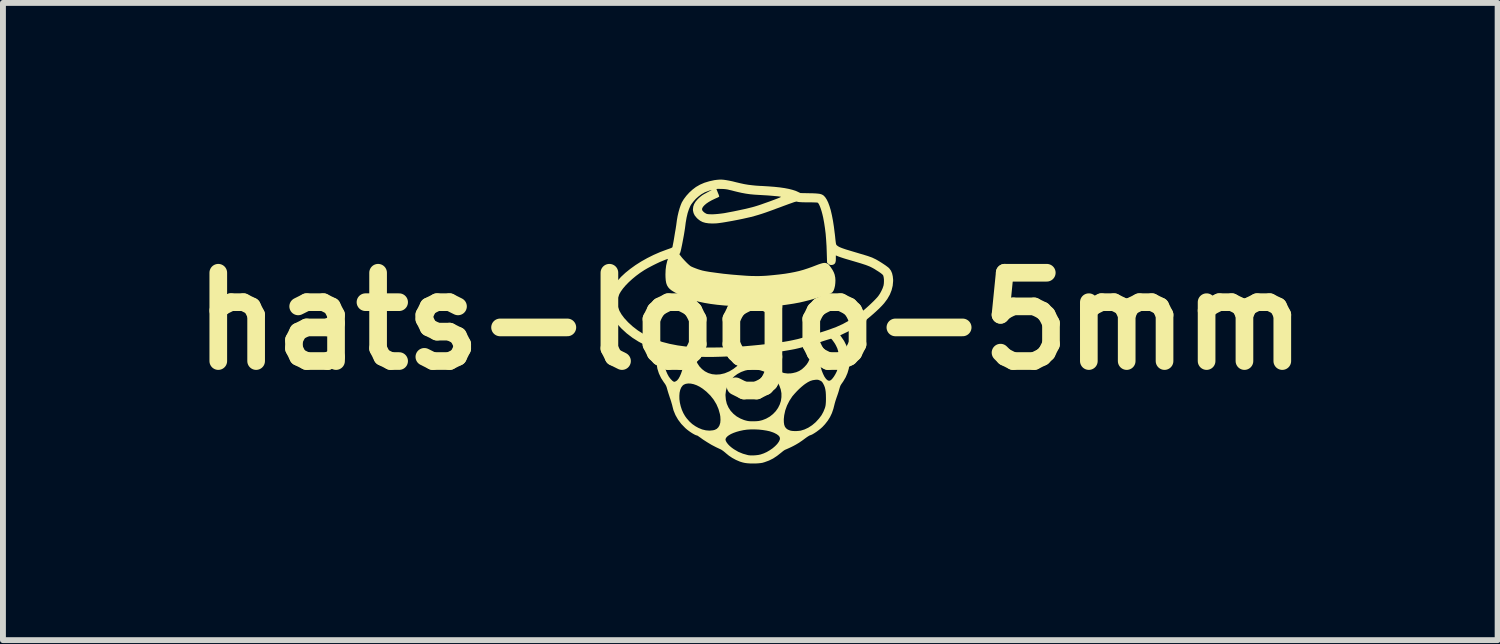
<source format=kicad_pcb>
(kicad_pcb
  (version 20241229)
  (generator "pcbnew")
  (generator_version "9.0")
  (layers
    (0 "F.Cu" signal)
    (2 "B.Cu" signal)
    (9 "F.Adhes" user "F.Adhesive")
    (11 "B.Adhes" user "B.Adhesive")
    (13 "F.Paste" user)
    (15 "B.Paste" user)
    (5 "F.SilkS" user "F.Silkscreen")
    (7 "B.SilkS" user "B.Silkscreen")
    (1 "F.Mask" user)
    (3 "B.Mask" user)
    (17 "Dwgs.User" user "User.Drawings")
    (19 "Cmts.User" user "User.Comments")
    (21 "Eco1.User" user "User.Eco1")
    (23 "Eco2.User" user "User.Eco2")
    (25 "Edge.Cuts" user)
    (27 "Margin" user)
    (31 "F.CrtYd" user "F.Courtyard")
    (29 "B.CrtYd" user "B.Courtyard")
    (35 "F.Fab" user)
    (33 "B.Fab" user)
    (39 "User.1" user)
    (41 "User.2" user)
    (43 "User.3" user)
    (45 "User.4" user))
  (footprint "hats-logo-5mm"
    (layer "F.Cu")
    (at 9.693 2.404)
    (property "Reference" "hats-logo-5mm" (at 0 0 0) (layer "F.SilkS") (effects (font (size 1.5 1.5) (thickness 0.3))))
    (attr board_only exclude_from_pos_files exclude_from_bom)
    (fp_poly (pts (xy -0.453 -2.401) (xy -0.41 -2.395) (xy -0.36 -2.386) (xy -0.302 -2.374) (xy -0.247 -2.36) (xy -0.171 -2.342) (xy -0.102 -2.327) (xy -0.037 -2.316) (xy 0.028 -2.308) (xy 0.097 -2.301) (xy 0.174 -2.296) (xy 0.186 -2.296) (xy 0.303 -2.289) (xy 0.408 -2.281) (xy 0.502 -2.271) (xy 0.585 -2.259) (xy 0.657 -2.245) (xy 0.719 -2.229) (xy 0.772 -2.212) (xy 0.803 -2.198) (xy 0.852 -2.175) (xy 1.004 -2.172) (xy 1.06 -2.171) (xy 1.106 -2.169) (xy 1.142 -2.166) (xy 1.171 -2.163) (xy 1.193 -2.158) (xy 1.212 -2.152) (xy 1.228 -2.144) (xy 1.242 -2.135) (xy 1.244 -2.134) (xy 1.271 -2.106) (xy 1.297 -2.067) (xy 1.322 -2.016) (xy 1.345 -1.954) (xy 1.367 -1.882) (xy 1.386 -1.799) (xy 1.404 -1.706) (xy 1.42 -1.603) (xy 1.434 -1.491) (xy 1.435 -1.486) (xy 1.441 -1.433) (xy 1.445 -1.392) (xy 1.449 -1.359) (xy 1.452 -1.335) (xy 1.455 -1.317) (xy 1.458 -1.305) (xy 1.462 -1.297) (xy 1.466 -1.291) (xy 1.471 -1.286) (xy 1.478 -1.281) (xy 1.482 -1.278) (xy 1.495 -1.269) (xy 1.511 -1.26) (xy 1.531 -1.251) (xy 1.556 -1.241) (xy 1.587 -1.23) (xy 1.625 -1.217) (xy 1.672 -1.203) (xy 1.728 -1.186) (xy 1.795 -1.166) (xy 1.802 -1.164) (xy 1.865 -1.145) (xy 1.918 -1.13) (xy 1.962 -1.116) (xy 1.998 -1.105) (xy 2.028 -1.094) (xy 2.054 -1.085) (xy 2.077 -1.076) (xy 2.097 -1.066) (xy 2.118 -1.056) (xy 2.131 -1.05) (xy 2.161 -1.033) (xy 2.195 -1.013) (xy 2.23 -0.991) (xy 2.265 -0.968) (xy 2.298 -0.946) (xy 2.326 -0.925) (xy 2.348 -0.908) (xy 2.361 -0.895) (xy 2.389 -0.857) (xy 2.408 -0.813) (xy 2.42 -0.762) (xy 2.426 -0.703) (xy 2.426 -0.681) (xy 2.419 -0.602) (xy 2.4 -0.525) (xy 2.37 -0.45) (xy 2.327 -0.375) (xy 2.273 -0.303) (xy 2.237 -0.263) (xy 2.187 -0.212) (xy 2.129 -0.158) (xy 2.067 -0.103) (xy 2.003 -0.049) (xy 1.94 0.001) (xy 1.895 0.035) (xy 1.853 0.065) (xy 1.802 0.097) (xy 1.747 0.129) (xy 1.691 0.161) (xy 1.636 0.189) (xy 1.61 0.201) (xy 1.527 0.241) (xy 1.541 0.26) (xy 1.593 0.336) (xy 1.633 0.416) (xy 1.662 0.499) (xy 1.681 0.584) (xy 1.687 0.67) (xy 1.684 0.729) (xy 1.673 0.807) (xy 1.651 0.882) (xy 1.62 0.954) (xy 1.578 1.025) (xy 1.545 1.072) (xy 1.53 1.098) (xy 1.517 1.136) (xy 1.512 1.154) (xy 1.504 1.183) (xy 1.493 1.219) (xy 1.48 1.257) (xy 1.468 1.291) (xy 1.457 1.324) (xy 1.446 1.357) (xy 1.438 1.385) (xy 1.432 1.406) (xy 1.432 1.407) (xy 1.411 1.49) (xy 1.386 1.563) (xy 1.354 1.63) (xy 1.315 1.692) (xy 1.268 1.752) (xy 1.225 1.798) (xy 1.195 1.825) (xy 1.161 1.852) (xy 1.125 1.879) (xy 1.09 1.902) (xy 1.057 1.922) (xy 1.029 1.935) (xy 1.014 1.939) (xy 1.004 1.944) (xy 0.985 1.955) (xy 0.962 1.97) (xy 0.937 1.988) (xy 0.934 1.99) (xy 0.906 2.011) (xy 0.877 2.032) (xy 0.85 2.05) (xy 0.832 2.063) (xy 0.807 2.078) (xy 0.775 2.097) (xy 0.74 2.116) (xy 0.703 2.135) (xy 0.667 2.152) (xy 0.636 2.166) (xy 0.613 2.176) (xy 0.611 2.177) (xy 0.587 2.187) (xy 0.56 2.205) (xy 0.527 2.232) (xy 0.526 2.233) (xy 0.456 2.288) (xy 0.388 2.333) (xy 0.318 2.368) (xy 0.244 2.395) (xy 0.207 2.406) (xy 0.176 2.411) (xy 0.136 2.415) (xy 0.09 2.418) (xy 0.042 2.418) (xy -0.006 2.417) (xy -0.051 2.414) (xy -0.089 2.409) (xy -0.109 2.405) (xy -0.134 2.399) (xy -0.157 2.392) (xy -0.173 2.387) (xy -0.174 2.387) (xy -0.244 2.357) (xy -0.305 2.324) (xy -0.361 2.287) (xy -0.415 2.243) (xy -0.426 2.233) (xy -0.462 2.204) (xy -0.495 2.182) (xy -0.51 2.175) (xy -0.582 2.141) (xy -0.659 2.101) (xy -0.735 2.055) (xy -0.802 2.012) (xy -0.421 2.012) (xy -0.416 2.034) (xy -0.401 2.061) (xy -0.379 2.09) (xy -0.349 2.121) (xy -0.313 2.151) (xy -0.278 2.176) (xy -0.203 2.22) (xy -0.125 2.252) (xy -0.046 2.274) (xy -0.027 2.278) (xy 0.007 2.281) (xy 0.049 2.281) (xy 0.094 2.278) (xy 0.137 2.273) (xy 0.174 2.265) (xy 0.174 2.265) (xy 0.227 2.247) (xy 0.28 2.223) (xy 0.331 2.193) (xy 0.379 2.16) (xy 0.421 2.124) (xy 0.457 2.087) (xy 0.484 2.05) (xy 0.501 2.015) (xy 0.504 1.989) (xy 0.497 1.965) (xy 0.478 1.942) (xy 0.448 1.92) (xy 0.406 1.898) (xy 0.378 1.887) (xy 0.33 1.871) (xy 0.274 1.859) (xy 0.21 1.849) (xy 0.143 1.842) (xy 0.075 1.839) (xy 0.009 1.839) (xy -0.052 1.843) (xy -0.055 1.843) (xy -0.118 1.852) (xy -0.178 1.865) (xy -0.233 1.88) (xy -0.284 1.898) (xy -0.329 1.918) (xy -0.366 1.94) (xy -0.394 1.962) (xy -0.413 1.985) (xy -0.421 2.008) (xy -0.421 2.012) (xy -0.802 2.012) (xy -0.809 2.007) (xy -0.849 1.978) (xy -0.871 1.963) (xy -0.889 1.95) (xy -0.902 1.943) (xy -0.906 1.942) (xy -0.922 1.938) (xy -0.946 1.927) (xy -0.975 1.911) (xy -1.007 1.891) (xy -1.04 1.868) (xy -1.073 1.843) (xy -1.102 1.818) (xy -1.106 1.814) (xy -1.172 1.746) (xy -1.227 1.673) (xy -1.271 1.596) (xy -1.304 1.516) (xy -1.322 1.447) (xy -1.327 1.425) (xy -1.336 1.395) (xy -1.346 1.36) (xy -1.358 1.323) (xy -1.365 1.304) (xy -1.376 1.269) (xy -1.205 1.269) (xy -1.204 1.326) (xy -1.196 1.385) (xy -1.182 1.445) (xy -1.163 1.504) (xy -1.138 1.561) (xy -1.108 1.613) (xy -1.082 1.649) (xy -1.035 1.703) (xy -0.986 1.748) (xy -0.931 1.786) (xy -0.88 1.814) (xy -0.817 1.84) (xy -0.754 1.855) (xy -0.691 1.86) (xy -0.632 1.854) (xy -0.604 1.847) (xy -0.57 1.83) (xy -0.543 1.804) (xy -0.523 1.77) (xy -0.51 1.727) (xy -0.506 1.677) (xy -0.509 1.62) (xy -0.516 1.579) (xy -0.54 1.493) (xy -0.575 1.412) (xy -0.621 1.336) (xy -0.677 1.265) (xy -0.678 1.264) (xy -0.421 1.264) (xy -0.415 1.335) (xy -0.399 1.403) (xy -0.371 1.466) (xy -0.334 1.523) (xy -0.287 1.574) (xy -0.231 1.619) (xy -0.167 1.655) (xy -0.108 1.679) (xy -0.074 1.689) (xy -0.043 1.696) (xy -0.011 1.7) (xy 0.025 1.701) (xy 0.07 1.701) (xy 0.073 1.701) (xy 0.113 1.699) (xy 0.144 1.696) (xy 0.172 1.69) (xy 0.2 1.683) (xy 0.201 1.683) (xy 0.248 1.665) (xy 0.569 1.665) (xy 0.57 1.717) (xy 0.576 1.76) (xy 0.589 1.795) (xy 0.609 1.821) (xy 0.637 1.842) (xy 0.674 1.857) (xy 0.684 1.86) (xy 0.712 1.865) (xy 0.748 1.867) (xy 0.787 1.867) (xy 0.825 1.864) (xy 0.856 1.86) (xy 0.921 1.84) (xy 0.987 1.809) (xy 1.05 1.768) (xy 1.108 1.719) (xy 1.114 1.713) (xy 1.167 1.655) (xy 1.21 1.598) (xy 1.242 1.539) (xy 1.267 1.477) (xy 1.272 1.46) (xy 1.277 1.44) (xy 1.28 1.421) (xy 1.282 1.399) (xy 1.284 1.372) (xy 1.285 1.338) (xy 1.285 1.304) (xy 1.284 1.248) (xy 1.281 1.202) (xy 1.275 1.162) (xy 1.267 1.127) (xy 1.255 1.095) (xy 1.238 1.061) (xy 1.238 1.061) (xy 1.225 1.04) (xy 1.212 1.025) (xy 1.195 1.014) (xy 1.186 1.01) (xy 1.168 1.002) (xy 1.153 0.997) (xy 1.136 0.995) (xy 1.112 0.996) (xy 1.103 0.997) (xy 1.061 1.003) (xy 1.019 1.016) (xy 0.976 1.038) (xy 0.93 1.068) (xy 0.906 1.086) (xy 0.87 1.116) (xy 0.83 1.152) (xy 0.791 1.191) (xy 0.754 1.231) (xy 0.723 1.267) (xy 0.713 1.279) (xy 0.664 1.354) (xy 0.624 1.433) (xy 0.594 1.516) (xy 0.576 1.599) (xy 0.569 1.665) (xy 0.248 1.665) (xy 0.27 1.656) (xy 0.332 1.621) (xy 0.386 1.578) (xy 0.433 1.529) (xy 0.471 1.475) (xy 0.5 1.417) (xy 0.52 1.355) (xy 0.529 1.291) (xy 0.529 1.225) (xy 0.517 1.16) (xy 0.494 1.095) (xy 0.491 1.09) (xy 0.456 1.029) (xy 0.411 0.975) (xy 0.358 0.927) (xy 0.299 0.887) (xy 0.234 0.856) (xy 0.165 0.834) (xy 0.094 0.822) (xy 0.022 0.82) (xy -0.012 0.823) (xy -0.087 0.839) (xy -0.156 0.864) (xy -0.219 0.898) (xy -0.275 0.94) (xy -0.323 0.99) (xy -0.362 1.046) (xy -0.392 1.108) (xy -0.412 1.174) (xy -0.421 1.245) (xy -0.421 1.264) (xy -0.678 1.264) (xy -0.745 1.198) (xy -0.808 1.148) (xy -0.859 1.115) (xy -0.911 1.089) (xy -0.962 1.071) (xy -1.01 1.061) (xy -1.055 1.059) (xy -1.095 1.065) (xy -1.129 1.079) (xy -1.149 1.095) (xy -1.173 1.127) (xy -1.19 1.168) (xy -1.201 1.216) (xy -1.205 1.269) (xy -1.376 1.269) (xy -1.377 1.266) (xy -1.39 1.227) (xy -1.401 1.191) (xy -1.41 1.16) (xy -1.413 1.149) (xy -1.421 1.121) (xy -1.43 1.099) (xy -1.441 1.078) (xy -1.457 1.054) (xy -1.467 1.041) (xy -1.515 0.967) (xy -1.552 0.889) (xy -1.578 0.808) (xy -1.591 0.724) (xy -1.594 0.669) (xy -1.593 0.642) (xy -1.461 0.642) (xy -1.461 0.679) (xy -1.459 0.716) (xy -1.456 0.751) (xy -1.45 0.783) (xy -1.448 0.793) (xy -1.43 0.847) (xy -1.408 0.898) (xy -1.383 0.944) (xy -1.354 0.982) (xy -1.325 1.012) (xy -1.321 1.015) (xy -1.305 1.026) (xy -1.294 1.031) (xy -1.283 1.029) (xy -1.267 1.023) (xy -1.244 1.008) (xy -1.221 0.981) (xy -1.199 0.943) (xy -1.178 0.896) (xy -1.159 0.841) (xy -1.141 0.777) (xy -1.127 0.713) (xy -1.119 0.67) (xy -1.113 0.639) (xy -1.11 0.616) (xy -1.108 0.606) (xy -0.938 0.606) (xy -0.938 0.614) (xy -0.933 0.631) (xy -0.926 0.653) (xy -0.916 0.677) (xy -0.906 0.701) (xy -0.896 0.72) (xy -0.863 0.77) (xy -0.82 0.815) (xy -0.772 0.852) (xy -0.72 0.879) (xy -0.714 0.882) (xy -0.65 0.901) (xy -0.582 0.908) (xy -0.512 0.904) (xy -0.442 0.888) (xy -0.427 0.883) (xy -0.355 0.853) (xy -0.287 0.812) (xy -0.225 0.764) (xy -0.171 0.708) (xy -0.142 0.67) (xy -0.123 0.641) (xy -0.108 0.616) (xy -0.097 0.597) (xy -0.093 0.586) (xy -0.093 0.583) (xy -0.099 0.583) (xy -0.116 0.583) (xy -0.141 0.585) (xy -0.172 0.587) (xy -0.202 0.589) (xy -0.264 0.594) (xy -0.333 0.598) (xy -0.406 0.601) (xy -0.482 0.604) (xy -0.557 0.606) (xy -0.63 0.608) (xy -0.697 0.608) (xy -0.758 0.608) (xy -0.809 0.607) (xy -0.814 0.607) (xy -0.851 0.605) (xy -0.884 0.604) (xy -0.911 0.604) (xy -0.929 0.605) (xy -0.938 0.605) (xy -0.938 0.606) (xy -1.108 0.606) (xy -1.108 0.601) (xy -1.108 0.592) (xy -1.11 0.587) (xy -1.113 0.586) (xy -1.125 0.585) (xy -1.147 0.582) (xy -1.176 0.578) (xy -1.21 0.573) (xy -1.247 0.567) (xy -1.284 0.56) (xy -1.304 0.557) (xy 0.183 0.557) (xy 0.205 0.597) (xy 0.249 0.666) (xy 0.301 0.727) (xy 0.36 0.78) (xy 0.425 0.824) (xy 0.495 0.858) (xy 0.519 0.866) (xy 0.576 0.882) (xy 0.629 0.889) (xy 0.684 0.888) (xy 0.723 0.882) (xy 0.78 0.868) (xy 0.83 0.847) (xy 0.877 0.817) (xy 0.919 0.779) (xy 0.956 0.738) (xy 0.983 0.697) (xy 1.004 0.651) (xy 1.02 0.6) (xy 1.026 0.574) (xy 1.03 0.541) (xy 1.032 0.507) (xy 1.034 0.473) (xy 1.033 0.444) (xy 1.031 0.422) (xy 1.029 0.417) (xy 1.025 0.404) (xy 0.984 0.416) (xy 0.925 0.433) (xy 0.869 0.448) (xy 0.813 0.462) (xy 0.756 0.475) (xy 0.698 0.486) (xy 0.636 0.497) (xy 0.569 0.508) (xy 0.496 0.519) (xy 0.415 0.529) (xy 0.325 0.54) (xy 0.224 0.552) (xy 0.215 0.553) (xy 0.183 0.557) (xy -1.304 0.557) (xy -1.318 0.554) (xy -1.348 0.548) (xy -1.358 0.546) (xy -1.387 0.54) (xy -1.412 0.536) (xy -1.43 0.532) (xy -1.439 0.531) (xy -1.439 0.531) (xy -1.446 0.537) (xy -1.452 0.553) (xy -1.457 0.577) (xy -1.46 0.607) (xy -1.461 0.642) (xy -1.593 0.642) (xy -1.592 0.638) (xy -1.59 0.602) (xy -1.585 0.565) (xy -1.58 0.531) (xy -1.575 0.504) (xy -1.574 0.502) (xy -1.579 0.496) (xy -1.596 0.487) (xy -1.624 0.475) (xy -1.658 0.462) (xy -1.781 0.41) (xy -1.895 0.35) (xy -2.001 0.283) (xy -2.099 0.208) (xy -2.19 0.124) (xy -2.246 0.063) (xy -2.293 0.005) (xy -2.332 -0.053) (xy -2.357 -0.101) (xy -2.377 -0.145) (xy -2.392 -0.183) (xy -2.401 -0.219) (xy -2.406 -0.256) (xy -2.408 -0.299) (xy -2.408 -0.318) (xy -2.407 -0.347) (xy -2.256 -0.347) (xy -2.256 -0.29) (xy -2.244 -0.232) (xy -2.222 -0.174) (xy -2.188 -0.115) (xy -2.142 -0.053) (xy -2.084 0.01) (xy -2.076 0.019) (xy -1.996 0.092) (xy -1.91 0.158) (xy -1.817 0.217) (xy -1.717 0.27) (xy -1.61 0.315) (xy -1.494 0.354) (xy -1.37 0.386) (xy -1.236 0.412) (xy -1.092 0.432) (xy -0.959 0.445) (xy -0.929 0.447) (xy -0.888 0.448) (xy -0.839 0.449) (xy -0.783 0.449) (xy -0.721 0.449) (xy -0.656 0.449) (xy -0.589 0.448) (xy -0.522 0.447) (xy -0.456 0.446) (xy -0.393 0.445) (xy -0.336 0.443) (xy -0.285 0.441) (xy -0.243 0.438) (xy -0.223 0.437) (xy -0.077 0.425) (xy 0.057 0.413) (xy 0.179 0.401) (xy 0.193 0.399) (xy 1.148 0.399) (xy 1.148 0.424) (xy 1.15 0.458) (xy 1.15 0.464) (xy 1.156 0.547) (xy 1.165 0.627) (xy 1.178 0.703) (xy 1.194 0.774) (xy 1.213 0.838) (xy 1.235 0.894) (xy 1.258 0.941) (xy 1.283 0.977) (xy 1.293 0.988) (xy 1.315 1.006) (xy 1.335 1.013) (xy 1.355 1.01) (xy 1.376 0.995) (xy 1.377 0.995) (xy 1.398 0.972) (xy 1.421 0.941) (xy 1.443 0.905) (xy 1.462 0.868) (xy 1.471 0.848) (xy 1.489 0.795) (xy 1.501 0.742) (xy 1.506 0.687) (xy 1.506 0.624) (xy 1.506 0.62) (xy 1.502 0.561) (xy 1.492 0.51) (xy 1.478 0.463) (xy 1.456 0.416) (xy 1.45 0.405) (xy 1.437 0.382) (xy 1.421 0.358) (xy 1.405 0.336) (xy 1.391 0.317) (xy 1.379 0.304) (xy 1.372 0.299) (xy 1.363 0.301) (xy 1.346 0.306) (xy 1.321 0.313) (xy 1.292 0.322) (xy 1.26 0.332) (xy 1.229 0.342) (xy 1.201 0.352) (xy 1.177 0.36) (xy 1.161 0.366) (xy 1.155 0.369) (xy 1.151 0.374) (xy 1.149 0.383) (xy 1.148 0.399) (xy 0.193 0.399) (xy 0.292 0.389) (xy 0.395 0.376) (xy 0.488 0.364) (xy 0.573 0.351) (xy 0.65 0.338) (xy 0.719 0.324) (xy 0.782 0.31) (xy 0.801 0.306) (xy 0.835 0.297) (xy 0.878 0.285) (xy 0.928 0.27) (xy 0.984 0.254) (xy 1.042 0.237) (xy 1.102 0.219) (xy 1.16 0.202) (xy 1.215 0.185) (xy 1.265 0.169) (xy 1.307 0.155) (xy 1.34 0.144) (xy 1.343 0.143) (xy 1.461 0.099) (xy 1.57 0.05) (xy 1.672 -0.006) (xy 1.772 -0.068) (xy 1.87 -0.14) (xy 1.902 -0.165) (xy 1.939 -0.196) (xy 1.979 -0.231) (xy 2.02 -0.268) (xy 2.06 -0.306) (xy 2.097 -0.342) (xy 2.13 -0.376) (xy 2.157 -0.405) (xy 2.175 -0.427) (xy 2.202 -0.467) (xy 2.227 -0.513) (xy 2.248 -0.559) (xy 2.262 -0.601) (xy 2.263 -0.604) (xy 2.268 -0.635) (xy 2.27 -0.671) (xy 2.27 -0.708) (xy 2.266 -0.741) (xy 2.26 -0.768) (xy 2.257 -0.776) (xy 2.249 -0.787) (xy 2.235 -0.8) (xy 2.215 -0.816) (xy 2.186 -0.836) (xy 2.174 -0.844) (xy 2.14 -0.865) (xy 2.111 -0.884) (xy 2.083 -0.9) (xy 2.056 -0.914) (xy 2.027 -0.928) (xy 1.997 -0.94) (xy 1.963 -0.953) (xy 1.923 -0.966) (xy 1.877 -0.981) (xy 1.823 -0.997) (xy 1.759 -1.016) (xy 1.725 -1.026) (xy 1.678 -1.04) (xy 1.633 -1.053) (xy 1.59 -1.066) (xy 1.554 -1.078) (xy 1.524 -1.088) (xy 1.504 -1.095) (xy 1.504 -1.095) (xy 1.453 -1.116) (xy 1.453 -1.061) (xy 1.452 -1.026) (xy 1.447 -1) (xy 1.439 -0.982) (xy 1.425 -0.968) (xy 1.416 -0.962) (xy 1.399 -0.956) (xy 1.378 -0.953) (xy 1.374 -0.953) (xy 1.356 -0.955) (xy 1.34 -0.963) (xy 1.326 -0.973) (xy 1.304 -0.994) (xy 1.299 -1.155) (xy 1.295 -1.274) (xy 1.288 -1.383) (xy 1.28 -1.484) (xy 1.268 -1.58) (xy 1.254 -1.672) (xy 1.237 -1.763) (xy 1.236 -1.767) (xy 1.224 -1.818) (xy 1.211 -1.866) (xy 1.197 -1.91) (xy 1.183 -1.948) (xy 1.169 -1.979) (xy 1.156 -2.001) (xy 1.144 -2.012) (xy 1.144 -2.012) (xy 1.135 -2.014) (xy 1.115 -2.015) (xy 1.087 -2.016) (xy 1.052 -2.017) (xy 1.013 -2.018) (xy 0.98 -2.018) (xy 0.925 -2.018) (xy 0.881 -2.019) (xy 0.847 -2.021) (xy 0.823 -2.023) (xy 0.807 -2.025) (xy 0.804 -2.026) (xy 0.799 -2.028) (xy 0.794 -2.03) (xy 0.789 -2.03) (xy 0.781 -2.03) (xy 0.772 -2.028) (xy 0.759 -2.025) (xy 0.742 -2.02) (xy 0.72 -2.012) (xy 0.692 -2.002) (xy 0.657 -1.99) (xy 0.614 -1.974) (xy 0.562 -1.955) (xy 0.501 -1.932) (xy 0.429 -1.906) (xy 0.426 -1.904) (xy 0.343 -1.874) (xy 0.268 -1.847) (xy 0.2 -1.824) (xy 0.136 -1.804) (xy 0.074 -1.786) (xy 0.011 -1.769) (xy -0.055 -1.754) (xy -0.126 -1.738) (xy -0.204 -1.722) (xy -0.292 -1.705) (xy -0.296 -1.704) (xy -0.364 -1.692) (xy -0.421 -1.682) (xy -0.47 -1.674) (xy -0.512 -1.668) (xy -0.549 -1.663) (xy -0.583 -1.66) (xy -0.615 -1.659) (xy -0.644 -1.658) (xy -0.708 -1.661) (xy -0.762 -1.669) (xy -0.81 -1.683) (xy -0.852 -1.705) (xy -0.891 -1.735) (xy -0.913 -1.757) (xy -0.944 -1.795) (xy -0.963 -1.834) (xy -0.973 -1.876) (xy -0.974 -1.894) (xy -0.819 -1.894) (xy -0.815 -1.881) (xy -0.801 -1.863) (xy -0.78 -1.844) (xy -0.754 -1.828) (xy -0.739 -1.821) (xy -0.718 -1.817) (xy -0.687 -1.815) (xy -0.648 -1.814) (xy -0.603 -1.816) (xy -0.553 -1.82) (xy -0.5 -1.826) (xy -0.448 -1.833) (xy -0.425 -1.837) (xy -0.357 -1.85) (xy -0.287 -1.863) (xy -0.215 -1.878) (xy -0.145 -1.893) (xy -0.079 -1.907) (xy -0.018 -1.922) (xy 0.034 -1.935) (xy 0.07 -1.945) (xy 0.1 -1.954) (xy 0.138 -1.966) (xy 0.183 -1.981) (xy 0.233 -1.999) (xy 0.284 -2.017) (xy 0.335 -2.035) (xy 0.348 -2.04) (xy 0.399 -2.059) (xy 0.439 -2.074) (xy 0.47 -2.086) (xy 0.492 -2.095) (xy 0.507 -2.102) (xy 0.516 -2.107) (xy 0.519 -2.11) (xy 0.517 -2.112) (xy 0.513 -2.114) (xy 0.495 -2.116) (xy 0.467 -2.12) (xy 0.431 -2.123) (xy 0.388 -2.127) (xy 0.341 -2.131) (xy 0.291 -2.135) (xy 0.24 -2.138) (xy 0.19 -2.141) (xy 0.153 -2.143) (xy 0.071 -2.148) (xy -0.004 -2.155) (xy -0.074 -2.165) (xy -0.145 -2.178) (xy -0.22 -2.195) (xy -0.273 -2.208) (xy -0.318 -2.22) (xy -0.354 -2.228) (xy -0.382 -2.235) (xy -0.407 -2.239) (xy -0.43 -2.242) (xy -0.454 -2.244) (xy -0.481 -2.245) (xy -0.49 -2.245) (xy -0.529 -2.246) (xy -0.556 -2.246) (xy -0.571 -2.244) (xy -0.574 -2.242) (xy -0.572 -2.234) (xy -0.565 -2.218) (xy -0.556 -2.195) (xy -0.549 -2.177) (xy -0.538 -2.151) (xy -0.531 -2.13) (xy -0.528 -2.116) (xy -0.529 -2.113) (xy -0.536 -2.109) (xy -0.552 -2.1) (xy -0.575 -2.09) (xy -0.602 -2.078) (xy -0.602 -2.078) (xy -0.658 -2.051) (xy -0.707 -2.023) (xy -0.748 -1.995) (xy -0.78 -1.967) (xy -0.803 -1.941) (xy -0.817 -1.916) (xy -0.819 -1.894) (xy -0.974 -1.894) (xy -0.974 -1.899) (xy -0.969 -1.945) (xy -0.954 -1.988) (xy -0.928 -2.031) (xy -0.896 -2.068) (xy -0.87 -2.094) (xy -0.844 -2.116) (xy -0.817 -2.137) (xy -0.785 -2.157) (xy -0.746 -2.178) (xy -0.724 -2.19) (xy -0.698 -2.204) (xy -0.676 -2.215) (xy -0.661 -2.224) (xy -0.654 -2.228) (xy -0.654 -2.228) (xy -0.664 -2.226) (xy -0.682 -2.221) (xy -0.706 -2.213) (xy -0.732 -2.203) (xy -0.757 -2.194) (xy -0.778 -2.185) (xy -0.786 -2.18) (xy -0.833 -2.153) (xy -0.88 -2.117) (xy -0.926 -2.076) (xy -0.966 -2.031) (xy -1 -1.987) (xy -1.018 -1.957) (xy -1.042 -1.901) (xy -1.064 -1.835) (xy -1.082 -1.758) (xy -1.097 -1.672) (xy -1.105 -1.609) (xy -1.109 -1.578) (xy -1.115 -1.54) (xy -1.122 -1.496) (xy -1.13 -1.449) (xy -1.139 -1.401) (xy -1.148 -1.353) (xy -1.157 -1.306) (xy -1.166 -1.263) (xy -1.174 -1.225) (xy -1.181 -1.195) (xy -1.187 -1.173) (xy -1.19 -1.164) (xy -1.204 -1.135) (xy -1.179 -1.102) (xy -1.16 -1.078) (xy -1.136 -1.051) (xy -1.109 -1.022) (xy -1.081 -0.993) (xy -1.055 -0.968) (xy -1.032 -0.948) (xy -1.016 -0.935) (xy -0.996 -0.924) (xy -0.966 -0.911) (xy -0.93 -0.897) (xy -0.89 -0.882) (xy -0.849 -0.869) (xy -0.81 -0.858) (xy -0.8 -0.856) (xy -0.772 -0.85) (xy -0.733 -0.843) (xy -0.686 -0.835) (xy -0.633 -0.828) (xy -0.575 -0.82) (xy -0.514 -0.812) (xy -0.452 -0.804) (xy -0.392 -0.798) (xy -0.334 -0.792) (xy -0.291 -0.788) (xy -0.203 -0.781) (xy -0.125 -0.775) (xy -0.056 -0.77) (xy 0.007 -0.767) (xy 0.064 -0.766) (xy 0.117 -0.765) (xy 0.169 -0.766) (xy 0.221 -0.768) (xy 0.275 -0.771) (xy 0.332 -0.776) (xy 0.394 -0.782) (xy 0.497 -0.793) (xy 0.591 -0.805) (xy 0.676 -0.819) (xy 0.754 -0.834) (xy 0.829 -0.851) (xy 0.901 -0.871) (xy 0.972 -0.894) (xy 1.046 -0.92) (xy 1.069 -0.929) (xy 1.121 -0.949) (xy 1.163 -0.965) (xy 1.197 -0.976) (xy 1.225 -0.984) (xy 1.247 -0.988) (xy 1.265 -0.989) (xy 1.281 -0.987) (xy 1.296 -0.983) (xy 1.301 -0.98) (xy 1.314 -0.974) (xy 1.326 -0.966) (xy 1.337 -0.954) (xy 1.351 -0.936) (xy 1.37 -0.91) (xy 1.371 -0.909) (xy 1.399 -0.866) (xy 1.419 -0.827) (xy 1.433 -0.789) (xy 1.441 -0.748) (xy 1.443 -0.739) (xy 1.446 -0.693) (xy 1.444 -0.646) (xy 1.439 -0.601) (xy 1.429 -0.559) (xy 1.417 -0.524) (xy 1.401 -0.498) (xy 1.391 -0.487) (xy 1.377 -0.479) (xy 1.353 -0.468) (xy 1.32 -0.455) (xy 1.279 -0.44) (xy 1.232 -0.425) (xy 1.181 -0.408) (xy 1.126 -0.392) (xy 1.07 -0.375) (xy 1.014 -0.359) (xy 0.959 -0.345) (xy 0.907 -0.332) (xy 0.859 -0.321) (xy 0.844 -0.317) (xy 0.794 -0.308) (xy 0.735 -0.297) (xy 0.67 -0.287) (xy 0.603 -0.277) (xy 0.537 -0.268) (xy 0.475 -0.261) (xy 0.421 -0.255) (xy 0.392 -0.253) (xy 0.352 -0.252) (xy 0.303 -0.25) (xy 0.247 -0.25) (xy 0.186 -0.249) (xy 0.121 -0.249) (xy 0.054 -0.249) (xy -0.014 -0.249) (xy -0.08 -0.25) (xy -0.143 -0.251) (xy -0.202 -0.252) (xy -0.254 -0.254) (xy -0.296 -0.256) (xy -0.432 -0.265) (xy -0.558 -0.277) (xy -0.674 -0.292) (xy -0.781 -0.31) (xy -0.88 -0.331) (xy -0.973 -0.356) (xy -1.061 -0.386) (xy -1.144 -0.419) (xy -1.225 -0.457) (xy -1.293 -0.494) (xy -1.335 -0.52) (xy -1.369 -0.547) (xy -1.395 -0.576) (xy -1.414 -0.608) (xy -1.428 -0.647) (xy -1.436 -0.692) (xy -1.44 -0.746) (xy -1.441 -0.791) (xy -1.438 -0.872) (xy -1.429 -0.944) (xy -1.414 -1.009) (xy -1.411 -1.019) (xy -1.399 -1.057) (xy -1.413 -1.053) (xy -1.446 -1.041) (xy -1.488 -1.024) (xy -1.536 -1.004) (xy -1.587 -0.98) (xy -1.64 -0.954) (xy -1.692 -0.927) (xy -1.741 -0.901) (xy -1.784 -0.876) (xy -1.801 -0.866) (xy -1.872 -0.819) (xy -1.941 -0.768) (xy -2.005 -0.715) (xy -2.064 -0.661) (xy -2.117 -0.607) (xy -2.162 -0.554) (xy -2.198 -0.504) (xy -2.223 -0.461) (xy -2.245 -0.404) (xy -2.256 -0.347) (xy -2.407 -0.347) (xy -2.406 -0.374) (xy -2.399 -0.424) (xy -2.386 -0.47) (xy -2.365 -0.519) (xy -2.354 -0.543) (xy -2.312 -0.613) (xy -2.258 -0.682) (xy -2.195 -0.752) (xy -2.122 -0.82) (xy -2.04 -0.886) (xy -1.95 -0.951) (xy -1.854 -1.012) (xy -1.751 -1.07) (xy -1.643 -1.124) (xy -1.531 -1.173) (xy -1.416 -1.216) (xy -1.376 -1.23) (xy -1.348 -1.24) (xy -1.33 -1.249) (xy -1.322 -1.257) (xy -1.32 -1.268) (xy -1.316 -1.29) (xy -1.31 -1.32) (xy -1.303 -1.356) (xy -1.296 -1.397) (xy -1.289 -1.44) (xy -1.282 -1.483) (xy -1.275 -1.525) (xy -1.268 -1.563) (xy -1.263 -1.597) (xy -1.259 -1.622) (xy -1.257 -1.636) (xy -1.247 -1.712) (xy -1.234 -1.786) (xy -1.218 -1.855) (xy -1.2 -1.918) (xy -1.181 -1.973) (xy -1.163 -2.016) (xy -1.129 -2.072) (xy -1.086 -2.129) (xy -1.036 -2.184) (xy -0.98 -2.235) (xy -0.922 -2.279) (xy -0.92 -2.28) (xy -0.854 -2.318) (xy -0.78 -2.35) (xy -0.698 -2.375) (xy -0.612 -2.394) (xy -0.566 -2.4) (xy -0.529 -2.403) (xy -0.492 -2.404)) (stroke (width 0) (type solid)) (fill yes) (layer "F.SilkS")))
  (gr_rect
    (start -3 -3)
    (end 22.386 7.822)
    (stroke (width 0.1) (type default))
    (fill no)
    (layer "Edge.Cuts")))
</source>
